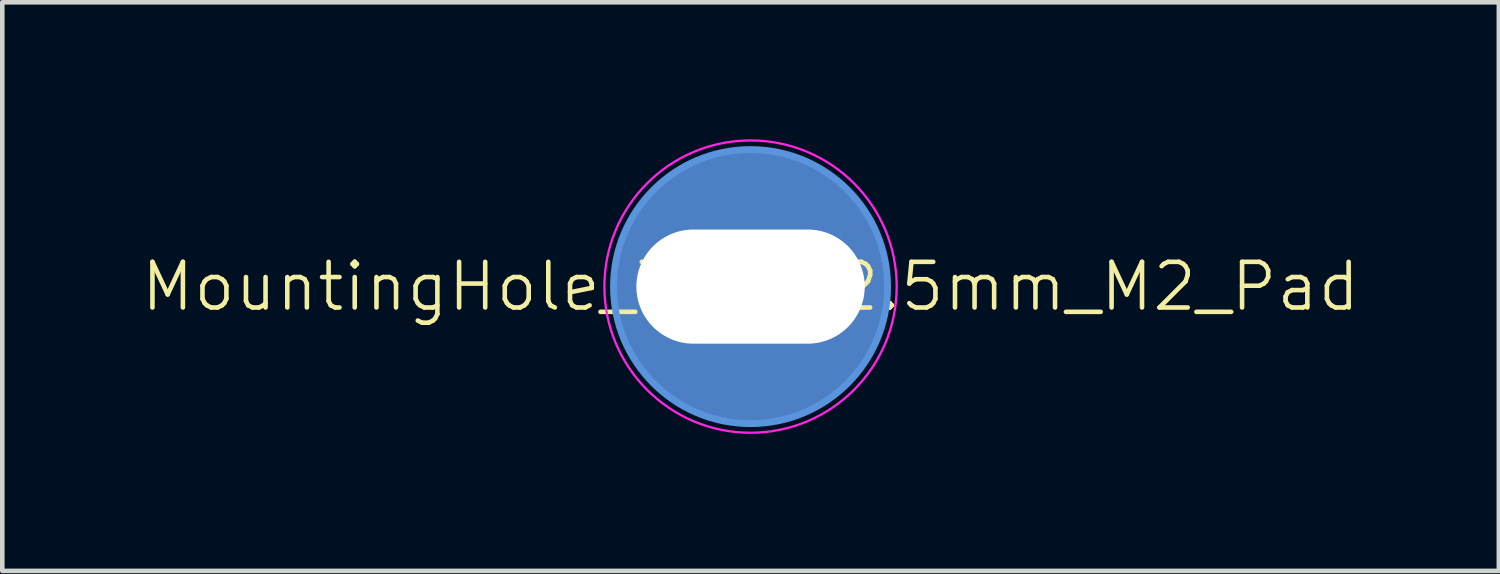
<source format=kicad_pcb>
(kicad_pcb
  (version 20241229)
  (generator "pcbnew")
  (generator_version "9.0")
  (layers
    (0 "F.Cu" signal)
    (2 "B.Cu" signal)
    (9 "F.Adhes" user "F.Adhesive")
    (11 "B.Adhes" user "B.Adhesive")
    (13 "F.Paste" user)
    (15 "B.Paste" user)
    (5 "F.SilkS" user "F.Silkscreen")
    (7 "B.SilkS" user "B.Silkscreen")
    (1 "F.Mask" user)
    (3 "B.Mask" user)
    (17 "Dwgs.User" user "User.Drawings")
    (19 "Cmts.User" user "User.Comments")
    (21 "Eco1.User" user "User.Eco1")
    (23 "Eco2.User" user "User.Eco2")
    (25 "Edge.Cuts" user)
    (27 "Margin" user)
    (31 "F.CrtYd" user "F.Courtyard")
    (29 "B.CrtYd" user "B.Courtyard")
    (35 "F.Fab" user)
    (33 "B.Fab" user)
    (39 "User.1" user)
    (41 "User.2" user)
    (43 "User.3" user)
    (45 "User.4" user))
  (footprint "MountingHole_7mm_2.5mm_M2_Pad"
    (layer "F.Cu")
    (at 13.383 3.225)
    (property "Reference" "MountingHole_7mm_2.5mm_M2_Pad" (at 0 0 0) (unlocked yes) (layer "F.SilkS") (effects (font (size 1 1) (thickness 0.1))))
    (attr smd)
    (fp_circle (center 0 0) (end 3 0) (stroke (width 0.15) (type default)) (fill no) (layer "Cmts.User"))
    (fp_circle (center 0 0) (end 3.2 0) (stroke (width 0.05) (type default)) (fill no) (layer "F.CrtYd"))
    (pad "1" thru_hole circle (at 0 0) (size 6 6) (drill oval 5 2.5) (layers "*.Cu" "*.Mask")))
  (gr_rect
    (start -3 -3)
    (end 29.767 9.45)
    (stroke (width 0.1) (type default))
    (fill no)
    (layer "Edge.Cuts")))
</source>
